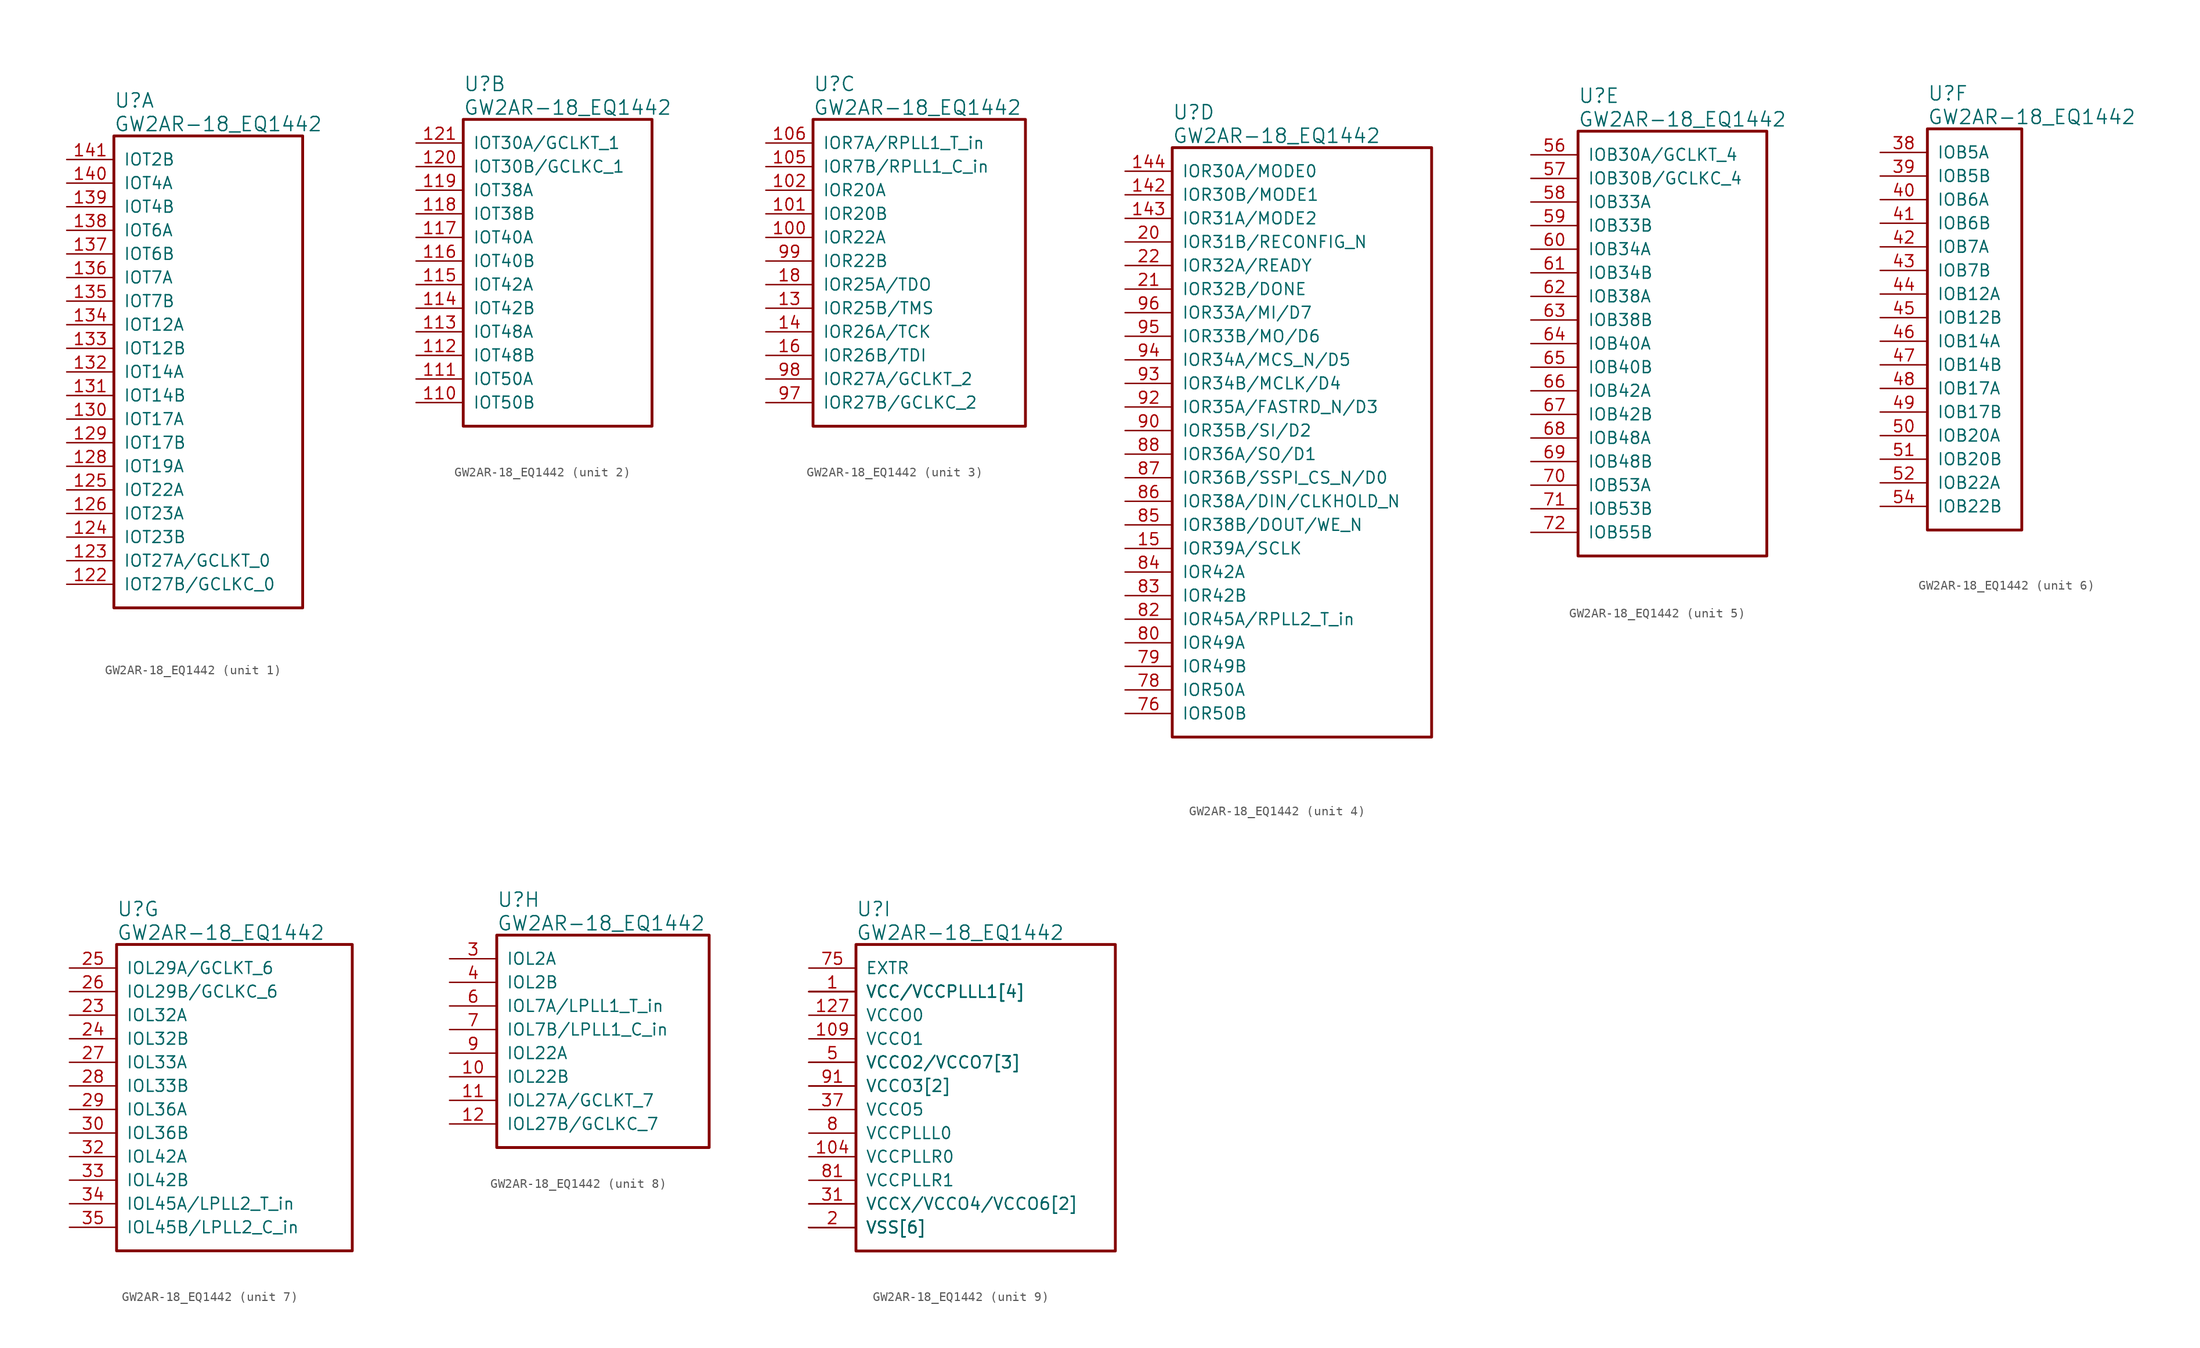
<source format=kicad_sym>
(kicad_symbol_lib
  (version 20220914)
  (generator kicad_symbol_editor)
  (symbol "GW2AR-18_EQ1442"
    (pin_names
      (offset 1.016))
    (property "Reference" "U"
      (at 5.08 6.35 0)
      (effects (font (size 1.524 1.524)) (justify left)))
    (property "Value" "GW2AR-18_EQ1442"
      (at 5.08 3.81 0)
      (effects (font (size 1.524 1.524)) (justify left)))
    (property "ki_locked" ""
      (at 0 0 0)
      (effects (font (size 1.27 1.27))))
    (symbol "GW2AR-18_EQ1442_1_1"
      (rectangle (start 5.08 2.54) (end 25.4 -48.26) (stroke (width 0.305) (type solid)) (fill (type none)))
      (pin bidirectional line (at 0 -45.72 0) (length 5.08) (name "IOT27B/GCLKC_0" (effects (font (size 1.27 1.27)))) (number "122" (effects (font (size 1.27 1.27)))))
      (pin bidirectional line (at 0 -43.18 0) (length 5.08) (name "IOT27A/GCLKT_0" (effects (font (size 1.27 1.27)))) (number "123" (effects (font (size 1.27 1.27)))))
      (pin bidirectional line (at 0 -40.64 0) (length 5.08) (name "IOT23B" (effects (font (size 1.27 1.27)))) (number "124" (effects (font (size 1.27 1.27)))))
      (pin bidirectional line (at 0 -35.56 0) (length 5.08) (name "IOT22A" (effects (font (size 1.27 1.27)))) (number "125" (effects (font (size 1.27 1.27)))))
      (pin bidirectional line (at 0 -38.1 0) (length 5.08) (name "IOT23A" (effects (font (size 1.27 1.27)))) (number "126" (effects (font (size 1.27 1.27)))))
      (pin bidirectional line (at 0 -33.02 0) (length 5.08) (name "IOT19A" (effects (font (size 1.27 1.27)))) (number "128" (effects (font (size 1.27 1.27)))))
      (pin bidirectional line (at 0 -30.48 0) (length 5.08) (name "IOT17B" (effects (font (size 1.27 1.27)))) (number "129" (effects (font (size 1.27 1.27)))))
      (pin bidirectional line (at 0 -27.94 0) (length 5.08) (name "IOT17A" (effects (font (size 1.27 1.27)))) (number "130" (effects (font (size 1.27 1.27)))))
      (pin bidirectional line (at 0 -25.4 0) (length 5.08) (name "IOT14B" (effects (font (size 1.27 1.27)))) (number "131" (effects (font (size 1.27 1.27)))))
      (pin bidirectional line (at 0 -22.86 0) (length 5.08) (name "IOT14A" (effects (font (size 1.27 1.27)))) (number "132" (effects (font (size 1.27 1.27)))))
      (pin bidirectional line (at 0 -20.32 0) (length 5.08) (name "IOT12B" (effects (font (size 1.27 1.27)))) (number "133" (effects (font (size 1.27 1.27)))))
      (pin bidirectional line (at 0 -17.78 0) (length 5.08) (name "IOT12A" (effects (font (size 1.27 1.27)))) (number "134" (effects (font (size 1.27 1.27)))))
      (pin bidirectional line (at 0 -15.24 0) (length 5.08) (name "IOT7B" (effects (font (size 1.27 1.27)))) (number "135" (effects (font (size 1.27 1.27)))))
      (pin bidirectional line (at 0 -12.7 0) (length 5.08) (name "IOT7A" (effects (font (size 1.27 1.27)))) (number "136" (effects (font (size 1.27 1.27)))))
      (pin bidirectional line (at 0 -10.16 0) (length 5.08) (name "IOT6B" (effects (font (size 1.27 1.27)))) (number "137" (effects (font (size 1.27 1.27)))))
      (pin bidirectional line (at 0 -7.62 0) (length 5.08) (name "IOT6A" (effects (font (size 1.27 1.27)))) (number "138" (effects (font (size 1.27 1.27)))))
      (pin bidirectional line (at 0 -5.08 0) (length 5.08) (name "IOT4B" (effects (font (size 1.27 1.27)))) (number "139" (effects (font (size 1.27 1.27)))))
      (pin bidirectional line (at 0 -2.54 0) (length 5.08) (name "IOT4A" (effects (font (size 1.27 1.27)))) (number "140" (effects (font (size 1.27 1.27)))))
      (pin bidirectional line (at 0 0 0) (length 5.08) (name "IOT2B" (effects (font (size 1.27 1.27)))) (number "141" (effects (font (size 1.27 1.27))))))
    (symbol "GW2AR-18_EQ1442_2_1"
      (rectangle (start 5.08 2.54) (end 25.4 -30.48) (stroke (width 0.305) (type solid)) (fill (type none)))
      (pin bidirectional line (at 0 -27.94 0) (length 5.08) (name "IOT50B" (effects (font (size 1.27 1.27)))) (number "110" (effects (font (size 1.27 1.27)))))
      (pin bidirectional line (at 0 -25.4 0) (length 5.08) (name "IOT50A" (effects (font (size 1.27 1.27)))) (number "111" (effects (font (size 1.27 1.27)))))
      (pin bidirectional line (at 0 -22.86 0) (length 5.08) (name "IOT48B" (effects (font (size 1.27 1.27)))) (number "112" (effects (font (size 1.27 1.27)))))
      (pin bidirectional line (at 0 -20.32 0) (length 5.08) (name "IOT48A" (effects (font (size 1.27 1.27)))) (number "113" (effects (font (size 1.27 1.27)))))
      (pin bidirectional line (at 0 -17.78 0) (length 5.08) (name "IOT42B" (effects (font (size 1.27 1.27)))) (number "114" (effects (font (size 1.27 1.27)))))
      (pin bidirectional line (at 0 -15.24 0) (length 5.08) (name "IOT42A" (effects (font (size 1.27 1.27)))) (number "115" (effects (font (size 1.27 1.27)))))
      (pin bidirectional line (at 0 -12.7 0) (length 5.08) (name "IOT40B" (effects (font (size 1.27 1.27)))) (number "116" (effects (font (size 1.27 1.27)))))
      (pin bidirectional line (at 0 -10.16 0) (length 5.08) (name "IOT40A" (effects (font (size 1.27 1.27)))) (number "117" (effects (font (size 1.27 1.27)))))
      (pin bidirectional line (at 0 -7.62 0) (length 5.08) (name "IOT38B" (effects (font (size 1.27 1.27)))) (number "118" (effects (font (size 1.27 1.27)))))
      (pin bidirectional line (at 0 -5.08 0) (length 5.08) (name "IOT38A" (effects (font (size 1.27 1.27)))) (number "119" (effects (font (size 1.27 1.27)))))
      (pin bidirectional line (at 0 -2.54 0) (length 5.08) (name "IOT30B/GCLKC_1" (effects (font (size 1.27 1.27)))) (number "120" (effects (font (size 1.27 1.27)))))
      (pin bidirectional line (at 0 0 0) (length 5.08) (name "IOT30A/GCLKT_1" (effects (font (size 1.27 1.27)))) (number "121" (effects (font (size 1.27 1.27))))))
    (symbol "GW2AR-18_EQ1442_3_1"
      (rectangle (start 5.08 2.54) (end 27.94 -30.48) (stroke (width 0.305) (type solid)) (fill (type none)))
      (pin bidirectional line (at 0 -10.16 0) (length 5.08) (name "IOR22A" (effects (font (size 1.27 1.27)))) (number "100" (effects (font (size 1.27 1.27)))))
      (pin bidirectional line (at 0 -7.62 0) (length 5.08) (name "IOR20B" (effects (font (size 1.27 1.27)))) (number "101" (effects (font (size 1.27 1.27)))))
      (pin bidirectional line (at 0 -5.08 0) (length 5.08) (name "IOR20A" (effects (font (size 1.27 1.27)))) (number "102" (effects (font (size 1.27 1.27)))))
      (pin bidirectional line (at 0 -2.54 0) (length 5.08) (name "IOR7B/RPLL1_C_in" (effects (font (size 1.27 1.27)))) (number "105" (effects (font (size 1.27 1.27)))))
      (pin bidirectional line (at 0 0 0) (length 5.08) (name "IOR7A/RPLL1_T_in" (effects (font (size 1.27 1.27)))) (number "106" (effects (font (size 1.27 1.27)))))
      (pin bidirectional line (at 0 -17.78 0) (length 5.08) (name "IOR25B/TMS" (effects (font (size 1.27 1.27)))) (number "13" (effects (font (size 1.27 1.27)))))
      (pin bidirectional line (at 0 -20.32 0) (length 5.08) (name "IOR26A/TCK" (effects (font (size 1.27 1.27)))) (number "14" (effects (font (size 1.27 1.27)))))
      (pin bidirectional line (at 0 -22.86 0) (length 5.08) (name "IOR26B/TDI" (effects (font (size 1.27 1.27)))) (number "16" (effects (font (size 1.27 1.27)))))
      (pin bidirectional line (at 0 -15.24 0) (length 5.08) (name "IOR25A/TDO" (effects (font (size 1.27 1.27)))) (number "18" (effects (font (size 1.27 1.27)))))
      (pin bidirectional line (at 0 -27.94 0) (length 5.08) (name "IOR27B/GCLKC_2" (effects (font (size 1.27 1.27)))) (number "97" (effects (font (size 1.27 1.27)))))
      (pin bidirectional line (at 0 -25.4 0) (length 5.08) (name "IOR27A/GCLKT_2" (effects (font (size 1.27 1.27)))) (number "98" (effects (font (size 1.27 1.27)))))
      (pin bidirectional line (at 0 -12.7 0) (length 5.08) (name "IOR22B" (effects (font (size 1.27 1.27)))) (number "99" (effects (font (size 1.27 1.27))))))
    (symbol "GW2AR-18_EQ1442_4_1"
      (rectangle (start 5.08 2.54) (end 33.02 -60.96) (stroke (width 0.305) (type solid)) (fill (type none)))
      (pin bidirectional line (at 0 -2.54 0) (length 5.08) (name "IOR30B/MODE1" (effects (font (size 1.27 1.27)))) (number "142" (effects (font (size 1.27 1.27)))))
      (pin bidirectional line (at 0 -5.08 0) (length 5.08) (name "IOR31A/MODE2" (effects (font (size 1.27 1.27)))) (number "143" (effects (font (size 1.27 1.27)))))
      (pin bidirectional line (at 0 0 0) (length 5.08) (name "IOR30A/MODE0" (effects (font (size 1.27 1.27)))) (number "144" (effects (font (size 1.27 1.27)))))
      (pin bidirectional line (at 0 -40.64 0) (length 5.08) (name "IOR39A/SCLK" (effects (font (size 1.27 1.27)))) (number "15" (effects (font (size 1.27 1.27)))))
      (pin bidirectional line (at 0 -7.62 0) (length 5.08) (name "IOR31B/RECONFIG_N" (effects (font (size 1.27 1.27)))) (number "20" (effects (font (size 1.27 1.27)))))
      (pin bidirectional line (at 0 -12.7 0) (length 5.08) (name "IOR32B/DONE" (effects (font (size 1.27 1.27)))) (number "21" (effects (font (size 1.27 1.27)))))
      (pin bidirectional line (at 0 -10.16 0) (length 5.08) (name "IOR32A/READY" (effects (font (size 1.27 1.27)))) (number "22" (effects (font (size 1.27 1.27)))))
      (pin bidirectional line (at 0 -58.42 0) (length 5.08) (name "IOR50B" (effects (font (size 1.27 1.27)))) (number "76" (effects (font (size 1.27 1.27)))))
      (pin bidirectional line (at 0 -55.88 0) (length 5.08) (name "IOR50A" (effects (font (size 1.27 1.27)))) (number "78" (effects (font (size 1.27 1.27)))))
      (pin bidirectional line (at 0 -53.34 0) (length 5.08) (name "IOR49B" (effects (font (size 1.27 1.27)))) (number "79" (effects (font (size 1.27 1.27)))))
      (pin bidirectional line (at 0 -50.8 0) (length 5.08) (name "IOR49A" (effects (font (size 1.27 1.27)))) (number "80" (effects (font (size 1.27 1.27)))))
      (pin bidirectional line (at 0 -48.26 0) (length 5.08) (name "IOR45A/RPLL2_T_in" (effects (font (size 1.27 1.27)))) (number "82" (effects (font (size 1.27 1.27)))))
      (pin bidirectional line (at 0 -45.72 0) (length 5.08) (name "IOR42B" (effects (font (size 1.27 1.27)))) (number "83" (effects (font (size 1.27 1.27)))))
      (pin bidirectional line (at 0 -43.18 0) (length 5.08) (name "IOR42A" (effects (font (size 1.27 1.27)))) (number "84" (effects (font (size 1.27 1.27)))))
      (pin bidirectional line (at 0 -38.1 0) (length 5.08) (name "IOR38B/DOUT/WE_N" (effects (font (size 1.27 1.27)))) (number "85" (effects (font (size 1.27 1.27)))))
      (pin bidirectional line (at 0 -35.56 0) (length 5.08) (name "IOR38A/DIN/CLKHOLD_N" (effects (font (size 1.27 1.27)))) (number "86" (effects (font (size 1.27 1.27)))))
      (pin bidirectional line (at 0 -33.02 0) (length 5.08) (name "IOR36B/SSPI_CS_N/D0" (effects (font (size 1.27 1.27)))) (number "87" (effects (font (size 1.27 1.27)))))
      (pin bidirectional line (at 0 -30.48 0) (length 5.08) (name "IOR36A/SO/D1" (effects (font (size 1.27 1.27)))) (number "88" (effects (font (size 1.27 1.27)))))
      (pin bidirectional line (at 0 -27.94 0) (length 5.08) (name "IOR35B/SI/D2" (effects (font (size 1.27 1.27)))) (number "90" (effects (font (size 1.27 1.27)))))
      (pin bidirectional line (at 0 -25.4 0) (length 5.08) (name "IOR35A/FASTRD_N/D3" (effects (font (size 1.27 1.27)))) (number "92" (effects (font (size 1.27 1.27)))))
      (pin bidirectional line (at 0 -22.86 0) (length 5.08) (name "IOR34B/MCLK/D4" (effects (font (size 1.27 1.27)))) (number "93" (effects (font (size 1.27 1.27)))))
      (pin bidirectional line (at 0 -20.32 0) (length 5.08) (name "IOR34A/MCS_N/D5" (effects (font (size 1.27 1.27)))) (number "94" (effects (font (size 1.27 1.27)))))
      (pin bidirectional line (at 0 -17.78 0) (length 5.08) (name "IOR33B/MO/D6" (effects (font (size 1.27 1.27)))) (number "95" (effects (font (size 1.27 1.27)))))
      (pin bidirectional line (at 0 -15.24 0) (length 5.08) (name "IOR33A/MI/D7" (effects (font (size 1.27 1.27)))) (number "96" (effects (font (size 1.27 1.27))))))
    (symbol "GW2AR-18_EQ1442_5_1"
      (rectangle (start 5.08 2.54) (end 25.4 -43.18) (stroke (width 0.305) (type solid)) (fill (type none)))
      (pin bidirectional line (at 0 0 0) (length 5.08) (name "IOB30A/GCLKT_4" (effects (font (size 1.27 1.27)))) (number "56" (effects (font (size 1.27 1.27)))))
      (pin bidirectional line (at 0 -2.54 0) (length 5.08) (name "IOB30B/GCLKC_4" (effects (font (size 1.27 1.27)))) (number "57" (effects (font (size 1.27 1.27)))))
      (pin bidirectional line (at 0 -5.08 0) (length 5.08) (name "IOB33A" (effects (font (size 1.27 1.27)))) (number "58" (effects (font (size 1.27 1.27)))))
      (pin bidirectional line (at 0 -7.62 0) (length 5.08) (name "IOB33B" (effects (font (size 1.27 1.27)))) (number "59" (effects (font (size 1.27 1.27)))))
      (pin bidirectional line (at 0 -10.16 0) (length 5.08) (name "IOB34A" (effects (font (size 1.27 1.27)))) (number "60" (effects (font (size 1.27 1.27)))))
      (pin bidirectional line (at 0 -12.7 0) (length 5.08) (name "IOB34B" (effects (font (size 1.27 1.27)))) (number "61" (effects (font (size 1.27 1.27)))))
      (pin bidirectional line (at 0 -15.24 0) (length 5.08) (name "IOB38A" (effects (font (size 1.27 1.27)))) (number "62" (effects (font (size 1.27 1.27)))))
      (pin bidirectional line (at 0 -17.78 0) (length 5.08) (name "IOB38B" (effects (font (size 1.27 1.27)))) (number "63" (effects (font (size 1.27 1.27)))))
      (pin bidirectional line (at 0 -20.32 0) (length 5.08) (name "IOB40A" (effects (font (size 1.27 1.27)))) (number "64" (effects (font (size 1.27 1.27)))))
      (pin bidirectional line (at 0 -22.86 0) (length 5.08) (name "IOB40B" (effects (font (size 1.27 1.27)))) (number "65" (effects (font (size 1.27 1.27)))))
      (pin bidirectional line (at 0 -25.4 0) (length 5.08) (name "IOB42A" (effects (font (size 1.27 1.27)))) (number "66" (effects (font (size 1.27 1.27)))))
      (pin bidirectional line (at 0 -27.94 0) (length 5.08) (name "IOB42B" (effects (font (size 1.27 1.27)))) (number "67" (effects (font (size 1.27 1.27)))))
      (pin bidirectional line (at 0 -30.48 0) (length 5.08) (name "IOB48A" (effects (font (size 1.27 1.27)))) (number "68" (effects (font (size 1.27 1.27)))))
      (pin bidirectional line (at 0 -33.02 0) (length 5.08) (name "IOB48B" (effects (font (size 1.27 1.27)))) (number "69" (effects (font (size 1.27 1.27)))))
      (pin bidirectional line (at 0 -35.56 0) (length 5.08) (name "IOB53A" (effects (font (size 1.27 1.27)))) (number "70" (effects (font (size 1.27 1.27)))))
      (pin bidirectional line (at 0 -38.1 0) (length 5.08) (name "IOB53B" (effects (font (size 1.27 1.27)))) (number "71" (effects (font (size 1.27 1.27)))))
      (pin bidirectional line (at 0 -40.64 0) (length 5.08) (name "IOB55B" (effects (font (size 1.27 1.27)))) (number "72" (effects (font (size 1.27 1.27))))))
    (symbol "GW2AR-18_EQ1442_6_1"
      (rectangle (start 5.08 2.54) (end 15.24 -40.64) (stroke (width 0.305) (type solid)) (fill (type none)))
      (pin bidirectional line (at 0 0 0) (length 5.08) (name "IOB5A" (effects (font (size 1.27 1.27)))) (number "38" (effects (font (size 1.27 1.27)))))
      (pin bidirectional line (at 0 -2.54 0) (length 5.08) (name "IOB5B" (effects (font (size 1.27 1.27)))) (number "39" (effects (font (size 1.27 1.27)))))
      (pin bidirectional line (at 0 -5.08 0) (length 5.08) (name "IOB6A" (effects (font (size 1.27 1.27)))) (number "40" (effects (font (size 1.27 1.27)))))
      (pin bidirectional line (at 0 -7.62 0) (length 5.08) (name "IOB6B" (effects (font (size 1.27 1.27)))) (number "41" (effects (font (size 1.27 1.27)))))
      (pin bidirectional line (at 0 -10.16 0) (length 5.08) (name "IOB7A" (effects (font (size 1.27 1.27)))) (number "42" (effects (font (size 1.27 1.27)))))
      (pin bidirectional line (at 0 -12.7 0) (length 5.08) (name "IOB7B" (effects (font (size 1.27 1.27)))) (number "43" (effects (font (size 1.27 1.27)))))
      (pin bidirectional line (at 0 -15.24 0) (length 5.08) (name "IOB12A" (effects (font (size 1.27 1.27)))) (number "44" (effects (font (size 1.27 1.27)))))
      (pin bidirectional line (at 0 -17.78 0) (length 5.08) (name "IOB12B" (effects (font (size 1.27 1.27)))) (number "45" (effects (font (size 1.27 1.27)))))
      (pin bidirectional line (at 0 -20.32 0) (length 5.08) (name "IOB14A" (effects (font (size 1.27 1.27)))) (number "46" (effects (font (size 1.27 1.27)))))
      (pin bidirectional line (at 0 -22.86 0) (length 5.08) (name "IOB14B" (effects (font (size 1.27 1.27)))) (number "47" (effects (font (size 1.27 1.27)))))
      (pin bidirectional line (at 0 -25.4 0) (length 5.08) (name "IOB17A" (effects (font (size 1.27 1.27)))) (number "48" (effects (font (size 1.27 1.27)))))
      (pin bidirectional line (at 0 -27.94 0) (length 5.08) (name "IOB17B" (effects (font (size 1.27 1.27)))) (number "49" (effects (font (size 1.27 1.27)))))
      (pin bidirectional line (at 0 -30.48 0) (length 5.08) (name "IOB20A" (effects (font (size 1.27 1.27)))) (number "50" (effects (font (size 1.27 1.27)))))
      (pin bidirectional line (at 0 -33.02 0) (length 5.08) (name "IOB20B" (effects (font (size 1.27 1.27)))) (number "51" (effects (font (size 1.27 1.27)))))
      (pin bidirectional line (at 0 -35.56 0) (length 5.08) (name "IOB22A" (effects (font (size 1.27 1.27)))) (number "52" (effects (font (size 1.27 1.27)))))
      (pin bidirectional line (at 0 -38.1 0) (length 5.08) (name "IOB22B" (effects (font (size 1.27 1.27)))) (number "54" (effects (font (size 1.27 1.27))))))
    (symbol "GW2AR-18_EQ1442_7_1"
      (rectangle (start 5.08 2.54) (end 30.48 -30.48) (stroke (width 0.305) (type solid)) (fill (type none)))
      (pin bidirectional line (at 0 -5.08 0) (length 5.08) (name "IOL32A" (effects (font (size 1.27 1.27)))) (number "23" (effects (font (size 1.27 1.27)))))
      (pin bidirectional line (at 0 -7.62 0) (length 5.08) (name "IOL32B" (effects (font (size 1.27 1.27)))) (number "24" (effects (font (size 1.27 1.27)))))
      (pin bidirectional line (at 0 0 0) (length 5.08) (name "IOL29A/GCLKT_6" (effects (font (size 1.27 1.27)))) (number "25" (effects (font (size 1.27 1.27)))))
      (pin bidirectional line (at 0 -2.54 0) (length 5.08) (name "IOL29B/GCLKC_6" (effects (font (size 1.27 1.27)))) (number "26" (effects (font (size 1.27 1.27)))))
      (pin bidirectional line (at 0 -10.16 0) (length 5.08) (name "IOL33A" (effects (font (size 1.27 1.27)))) (number "27" (effects (font (size 1.27 1.27)))))
      (pin bidirectional line (at 0 -12.7 0) (length 5.08) (name "IOL33B" (effects (font (size 1.27 1.27)))) (number "28" (effects (font (size 1.27 1.27)))))
      (pin bidirectional line (at 0 -15.24 0) (length 5.08) (name "IOL36A" (effects (font (size 1.27 1.27)))) (number "29" (effects (font (size 1.27 1.27)))))
      (pin bidirectional line (at 0 -17.78 0) (length 5.08) (name "IOL36B" (effects (font (size 1.27 1.27)))) (number "30" (effects (font (size 1.27 1.27)))))
      (pin bidirectional line (at 0 -20.32 0) (length 5.08) (name "IOL42A" (effects (font (size 1.27 1.27)))) (number "32" (effects (font (size 1.27 1.27)))))
      (pin bidirectional line (at 0 -22.86 0) (length 5.08) (name "IOL42B" (effects (font (size 1.27 1.27)))) (number "33" (effects (font (size 1.27 1.27)))))
      (pin bidirectional line (at 0 -25.4 0) (length 5.08) (name "IOL45A/LPLL2_T_in" (effects (font (size 1.27 1.27)))) (number "34" (effects (font (size 1.27 1.27)))))
      (pin bidirectional line (at 0 -27.94 0) (length 5.08) (name "IOL45B/LPLL2_C_in" (effects (font (size 1.27 1.27)))) (number "35" (effects (font (size 1.27 1.27))))))
    (symbol "GW2AR-18_EQ1442_8_1"
      (rectangle (start 5.08 2.54) (end 27.94 -20.32) (stroke (width 0.305) (type solid)) (fill (type none)))
      (pin bidirectional line (at 0 -12.7 0) (length 5.08) (name "IOL22B" (effects (font (size 1.27 1.27)))) (number "10" (effects (font (size 1.27 1.27)))))
      (pin bidirectional line (at 0 -15.24 0) (length 5.08) (name "IOL27A/GCLKT_7" (effects (font (size 1.27 1.27)))) (number "11" (effects (font (size 1.27 1.27)))))
      (pin bidirectional line (at 0 -17.78 0) (length 5.08) (name "IOL27B/GCLKC_7" (effects (font (size 1.27 1.27)))) (number "12" (effects (font (size 1.27 1.27)))))
      (pin bidirectional line (at 0 0 0) (length 5.08) (name "IOL2A" (effects (font (size 1.27 1.27)))) (number "3" (effects (font (size 1.27 1.27)))))
      (pin bidirectional line (at 0 -2.54 0) (length 5.08) (name "IOL2B" (effects (font (size 1.27 1.27)))) (number "4" (effects (font (size 1.27 1.27)))))
      (pin bidirectional line (at 0 -5.08 0) (length 5.08) (name "IOL7A/LPLL1_T_in" (effects (font (size 1.27 1.27)))) (number "6" (effects (font (size 1.27 1.27)))))
      (pin bidirectional line (at 0 -7.62 0) (length 5.08) (name "IOL7B/LPLL1_C_in" (effects (font (size 1.27 1.27)))) (number "7" (effects (font (size 1.27 1.27)))))
      (pin bidirectional line (at 0 -10.16 0) (length 5.08) (name "IOL22A" (effects (font (size 1.27 1.27)))) (number "9" (effects (font (size 1.27 1.27))))))
    (symbol "GW2AR-18_EQ1442_9_1"
      (rectangle (start 5.08 2.54) (end 33.02 -30.48) (stroke (width 0.305) (type solid)) (fill (type none)))
      (pin power_in line (at 0 -2.54 0) (length 5.08) (name "VCC/VCCPLLL1[4]" (effects (font (size 1.27 1.27)))) (number "1" (effects (font (size 1.27 1.27)))))
      (pin power_in line (at 0 -10.16 0) (length 5.08) (name "VCCO2/VCCO7[3]" (effects (font (size 1.27 1.27)))) (number "103" (effects (font (size 0 0)))))
      (pin power_in line (at 0 -20.32 0) (length 5.08) (name "VCCPLLR0" (effects (font (size 1.27 1.27)))) (number "104" (effects (font (size 1.27 1.27)))))
      (pin power_in line (at 0 -27.94 0) (length 5.08) (name "VSS[6]" (effects (font (size 1.27 1.27)))) (number "107" (effects (font (size 0 0)))))
      (pin power_in line (at 0 -2.54 0) (length 5.08) (name "VCC/VCCPLLL1[4]" (effects (font (size 1.27 1.27)))) (number "108" (effects (font (size 0 0)))))
      (pin power_in line (at 0 -7.62 0) (length 5.08) (name "VCCO1" (effects (font (size 1.27 1.27)))) (number "109" (effects (font (size 1.27 1.27)))))
      (pin power_in line (at 0 -5.08 0) (length 5.08) (name "VCCO0" (effects (font (size 1.27 1.27)))) (number "127" (effects (font (size 1.27 1.27)))))
      (pin power_in line (at 0 -27.94 0) (length 5.08) (name "VSS[6]" (effects (font (size 1.27 1.27)))) (number "17" (effects (font (size 0 0)))))
      (pin power_in line (at 0 -10.16 0) (length 5.08) (name "VCCO2/VCCO7[3]" (effects (font (size 1.27 1.27)))) (number "19" (effects (font (size 0 0)))))
      (pin power_in line (at 0 -27.94 0) (length 5.08) (name "VSS[6]" (effects (font (size 1.27 1.27)))) (number "2" (effects (font (size 1.27 1.27)))))
      (pin power_in line (at 0 -25.4 0) (length 5.08) (name "VCCX/VCCO4/VCCO6[2]" (effects (font (size 1.27 1.27)))) (number "31" (effects (font (size 1.27 1.27)))))
      (pin power_in line (at 0 -2.54 0) (length 5.08) (name "VCC/VCCPLLL1[4]" (effects (font (size 1.27 1.27)))) (number "36" (effects (font (size 0 0)))))
      (pin power_in line (at 0 -15.24 0) (length 5.08) (name "VCCO5" (effects (font (size 1.27 1.27)))) (number "37" (effects (font (size 1.27 1.27)))))
      (pin power_in line (at 0 -10.16 0) (length 5.08) (name "VCCO2/VCCO7[3]" (effects (font (size 1.27 1.27)))) (number "5" (effects (font (size 1.27 1.27)))))
      (pin power_in line (at 0 -27.94 0) (length 5.08) (name "VSS[6]" (effects (font (size 1.27 1.27)))) (number "53" (effects (font (size 0 0)))))
      (pin power_in line (at 0 -25.4 0) (length 5.08) (name "VCCX/VCCO4/VCCO6[2]" (effects (font (size 1.27 1.27)))) (number "55" (effects (font (size 0 0)))))
      (pin power_in line (at 0 -2.54 0) (length 5.08) (name "VCC/VCCPLLL1[4]" (effects (font (size 1.27 1.27)))) (number "73" (effects (font (size 0 0)))))
      (pin power_in line (at 0 -27.94 0) (length 5.08) (name "VSS[6]" (effects (font (size 1.27 1.27)))) (number "74" (effects (font (size 0 0)))))
      (pin power_in line (at 0 0 0) (length 5.08) (name "EXTR" (effects (font (size 1.27 1.27)))) (number "75" (effects (font (size 1.27 1.27)))))
      (pin power_in line (at 0 -12.7 0) (length 5.08) (name "VCCO3[2]" (effects (font (size 1.27 1.27)))) (number "77" (effects (font (size 0 0)))))
      (pin power_in line (at 0 -17.78 0) (length 5.08) (name "VCCPLLL0" (effects (font (size 1.27 1.27)))) (number "8" (effects (font (size 1.27 1.27)))))
      (pin power_in line (at 0 -22.86 0) (length 5.08) (name "VCCPLLR1" (effects (font (size 1.27 1.27)))) (number "81" (effects (font (size 1.27 1.27)))))
      (pin power_in line (at 0 -27.94 0) (length 5.08) (name "VSS[6]" (effects (font (size 1.27 1.27)))) (number "89" (effects (font (size 0 0)))))
      (pin power_in line (at 0 -12.7 0) (length 5.08) (name "VCCO3[2]" (effects (font (size 1.27 1.27)))) (number "91" (effects (font (size 1.27 1.27))))))))
</source>
